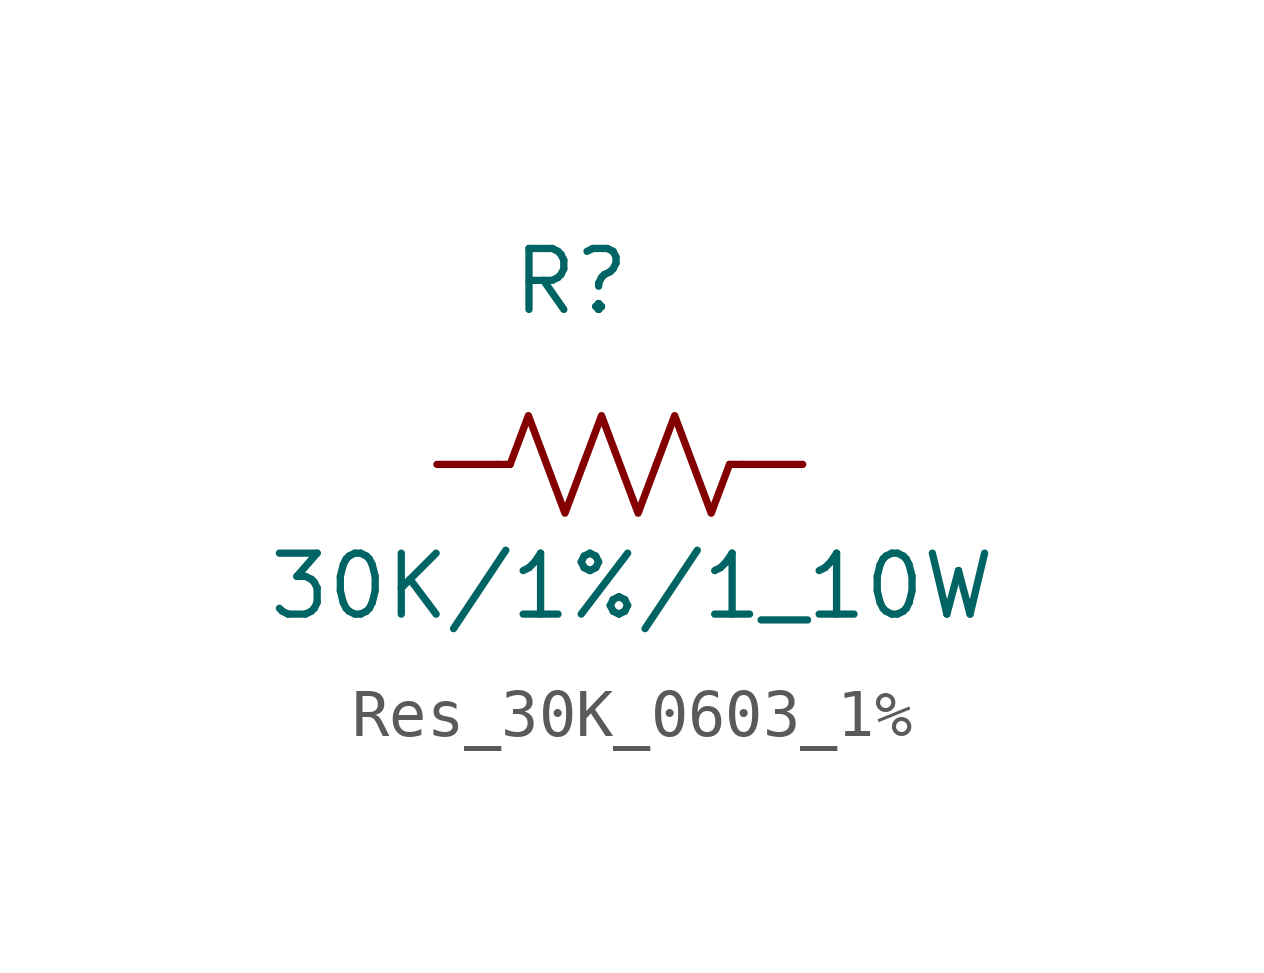
<source format=kicad_sym>
(kicad_symbol_lib
  (version 20231120)
  (generator "kicad_symbol_editor")
  (generator_version "8.0")
  (symbol "Res_30K_0603_1%"
    (pin_numbers hide)
    (pin_names hide)
    (property "Reference" "R"
      (at 2.794 3.81 0)
      (effects (font (size 1.27 1.27))))
    (property "Value" "30K/1%/1_10W"
      (at 4.064 -2.54 0)
      (effects (font (size 1.27 1.27))))
    (symbol "Res_30K_0603_1%_0_1"
      (polyline (pts (xy 1.524 0) (xy 1.27 0)) (stroke (width 0) (type default)) (fill (type none)))
      (polyline (pts (xy 6.096 0) (xy 6.35 0)) (stroke (width 0) (type default)) (fill (type none)))
      (polyline (pts (xy 1.524 0) (xy 1.905 1.016) (xy 2.286 0) (xy 2.667 -1.016) (xy 3.048 0)) (stroke (width 0) (type default)) (fill (type none)))
      (polyline (pts (xy 3.048 0) (xy 3.429 1.016) (xy 3.81 0) (xy 4.191 -1.016) (xy 4.572 0)) (stroke (width 0) (type default)) (fill (type none)))
      (polyline (pts (xy 4.572 0) (xy 4.953 1.016) (xy 5.334 0) (xy 5.715 -1.016) (xy 6.096 0)) (stroke (width 0) (type default)) (fill (type none))))
    (symbol "Res_30K_0603_1%_1_1"
      (pin passive line (at 0 0 0) (length 1.27) (name "~" (effects (font (size 1.27 1.27)))) (number "1" (effects (font (size 1.27 1.27)))))
      (pin passive line (at 7.62 0 180) (length 1.27) (name "~" (effects (font (size 1.27 1.27)))) (number "2" (effects (font (size 1.27 1.27))))))))
</source>
